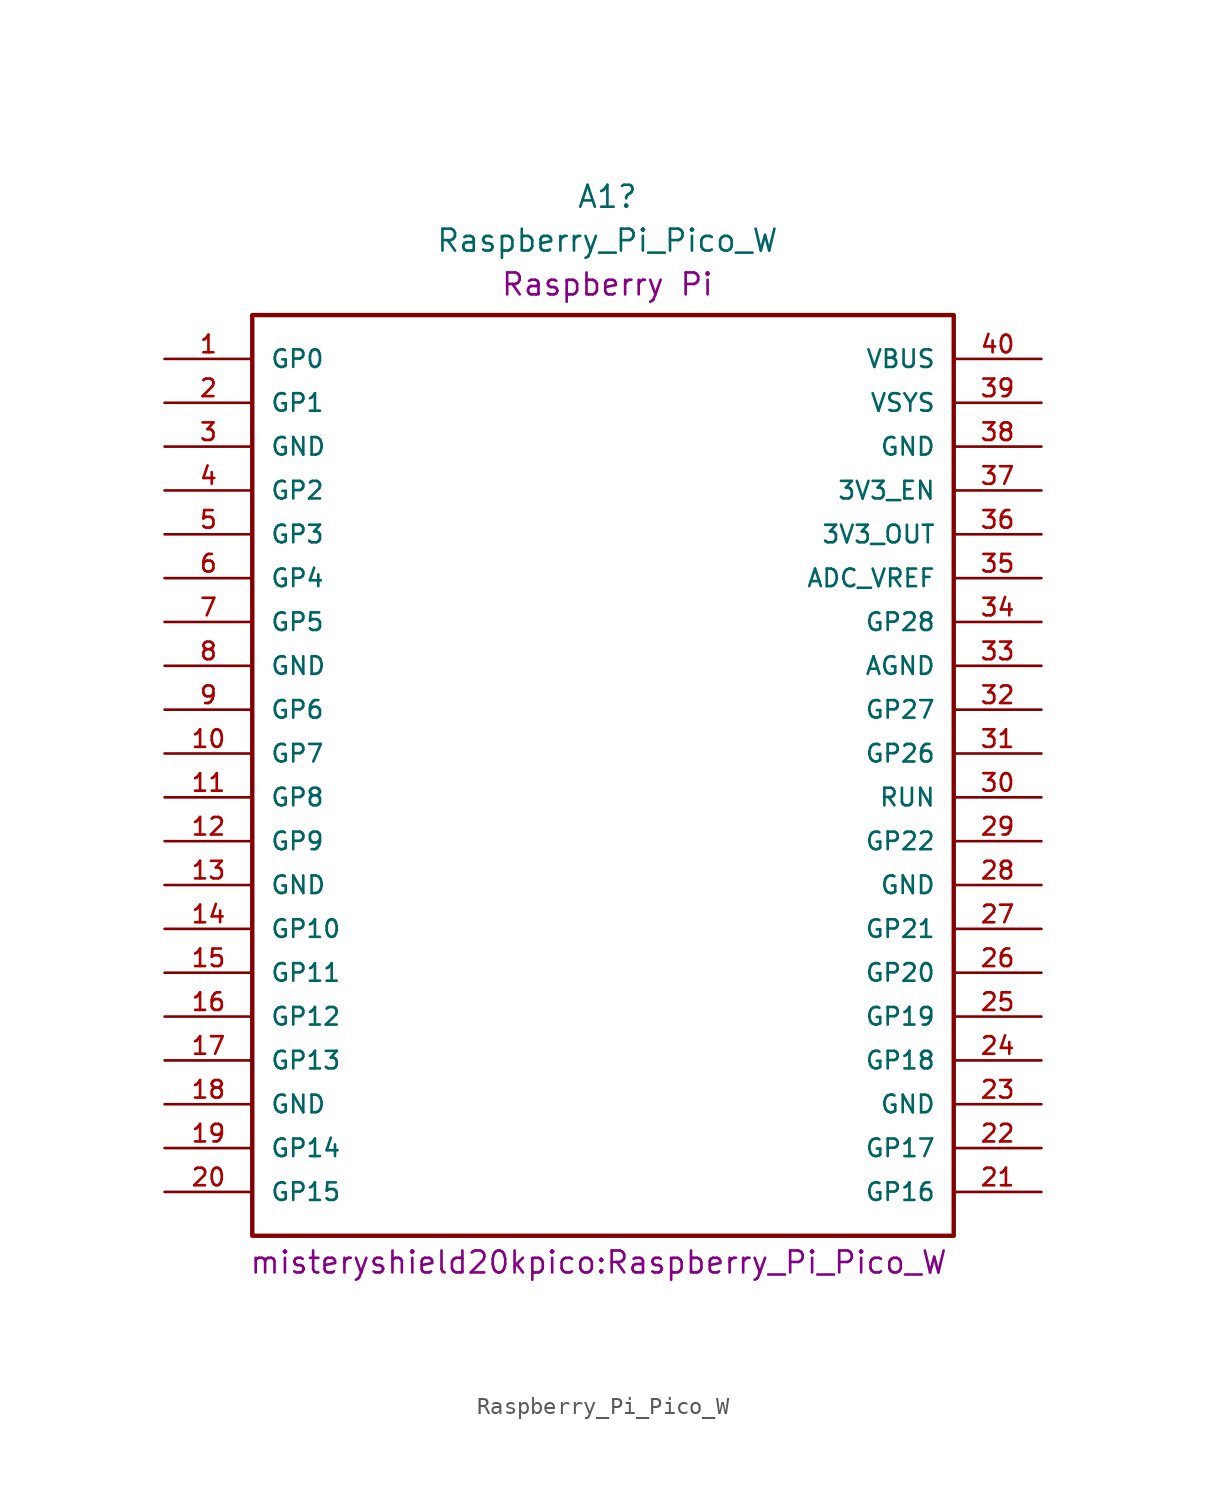
<source format=kicad_sym>
(kicad_symbol_lib
  (version 20241209)
  (generator "kicad_symbol_editor")
  (generator_version "9.0")
  (symbol "Raspberry_Pi_Pico_W"
    (pin_names
      (offset 1.016))
    (property "Reference" "A1"
      (at 1.524 32.258 0)
      (effects (font (size 1.27 1.27))))
    (property "Value" "Raspberry_Pi_Pico_W"
      (at 1.524 29.718 0)
      (effects (font (size 1.27 1.27))))
    (property "Footprint" "misteryshield20kpico:Raspberry_Pi_Pico_W"
      (at 1.016 -30.226 0)
      (effects (font (size 1.27 1.27)) (justify bottom)))
    (property "manufacturer" "Raspberry Pi"
      (at 1.524 27.178 0)
      (effects (font (size 1.27 1.27))))
    (symbol "Raspberry_Pi_Pico_W_0_0"
      (rectangle (start -19.05 25.4) (end 21.59 -27.94) (stroke (width 0.254) (type default)) (fill (type none)))
      (pin bidirectional line (at -24.13 22.86 0) (length 5.08) (name "GP0" (effects (font (size 1.016 1.016)))) (number "1" (effects (font (size 1.016 1.016)))))
      (pin bidirectional line (at -24.13 20.32 0) (length 5.08) (name "GP1" (effects (font (size 1.016 1.016)))) (number "2" (effects (font (size 1.016 1.016)))))
      (pin power_in line (at -24.13 17.78 0) (length 5.08) (name "GND" (effects (font (size 1.016 1.016)))) (number "3" (effects (font (size 1.016 1.016)))))
      (pin bidirectional line (at -24.13 15.24 0) (length 5.08) (name "GP2" (effects (font (size 1.016 1.016)))) (number "4" (effects (font (size 1.016 1.016)))))
      (pin bidirectional line (at -24.13 12.7 0) (length 5.08) (name "GP3" (effects (font (size 1.016 1.016)))) (number "5" (effects (font (size 1.016 1.016)))))
      (pin bidirectional line (at -24.13 10.16 0) (length 5.08) (name "GP4" (effects (font (size 1.016 1.016)))) (number "6" (effects (font (size 1.016 1.016)))))
      (pin bidirectional line (at -24.13 7.62 0) (length 5.08) (name "GP5" (effects (font (size 1.016 1.016)))) (number "7" (effects (font (size 1.016 1.016)))))
      (pin power_in line (at -24.13 5.08 0) (length 5.08) (name "GND" (effects (font (size 1.016 1.016)))) (number "8" (effects (font (size 1.016 1.016)))))
      (pin bidirectional line (at -24.13 2.54 0) (length 5.08) (name "GP6" (effects (font (size 1.016 1.016)))) (number "9" (effects (font (size 1.016 1.016)))))
      (pin bidirectional line (at -24.13 0 0) (length 5.08) (name "GP7" (effects (font (size 1.016 1.016)))) (number "10" (effects (font (size 1.016 1.016)))))
      (pin bidirectional line (at -24.13 -2.54 0) (length 5.08) (name "GP8" (effects (font (size 1.016 1.016)))) (number "11" (effects (font (size 1.016 1.016)))))
      (pin bidirectional line (at -24.13 -5.08 0) (length 5.08) (name "GP9" (effects (font (size 1.016 1.016)))) (number "12" (effects (font (size 1.016 1.016)))))
      (pin power_in line (at -24.13 -7.62 0) (length 5.08) (name "GND" (effects (font (size 1.016 1.016)))) (number "13" (effects (font (size 1.016 1.016)))))
      (pin bidirectional line (at -24.13 -10.16 0) (length 5.08) (name "GP10" (effects (font (size 1.016 1.016)))) (number "14" (effects (font (size 1.016 1.016)))))
      (pin bidirectional line (at -24.13 -12.7 0) (length 5.08) (name "GP11" (effects (font (size 1.016 1.016)))) (number "15" (effects (font (size 1.016 1.016)))))
      (pin bidirectional line (at -24.13 -15.24 0) (length 5.08) (name "GP12" (effects (font (size 1.016 1.016)))) (number "16" (effects (font (size 1.016 1.016)))))
      (pin bidirectional line (at -24.13 -17.78 0) (length 5.08) (name "GP13" (effects (font (size 1.016 1.016)))) (number "17" (effects (font (size 1.016 1.016)))))
      (pin power_in line (at -24.13 -20.32 0) (length 5.08) (name "GND" (effects (font (size 1.016 1.016)))) (number "18" (effects (font (size 1.016 1.016)))))
      (pin bidirectional line (at -24.13 -22.86 0) (length 5.08) (name "GP14" (effects (font (size 1.016 1.016)))) (number "19" (effects (font (size 1.016 1.016)))))
      (pin bidirectional line (at -24.13 -25.4 0) (length 5.08) (name "GP15" (effects (font (size 1.016 1.016)))) (number "20" (effects (font (size 1.016 1.016)))))
      (pin free line (at 26.67 22.86 180) (length 5.08) (name "VBUS" (effects (font (size 1.016 1.016)))) (number "40" (effects (font (size 1.016 1.016)))))
      (pin free line (at 26.67 20.32 180) (length 5.08) (name "VSYS" (effects (font (size 1.016 1.016)))) (number "39" (effects (font (size 1.016 1.016)))))
      (pin power_in line (at 26.67 17.78 180) (length 5.08) (name "GND" (effects (font (size 1.016 1.016)))) (number "38" (effects (font (size 1.016 1.016)))))
      (pin input line (at 26.67 15.24 180) (length 5.08) (name "3V3_EN" (effects (font (size 1.016 1.016)))) (number "37" (effects (font (size 1.016 1.016)))))
      (pin power_in line (at 26.67 12.7 180) (length 5.08) (name "3V3_OUT" (effects (font (size 1.016 1.016)))) (number "36" (effects (font (size 1.016 1.016)))))
      (pin power_in line (at 26.67 10.16 180) (length 5.08) (name "ADC_VREF" (effects (font (size 1.016 1.016)))) (number "35" (effects (font (size 1.016 1.016)))))
      (pin bidirectional line (at 26.67 7.62 180) (length 5.08) (name "GP28" (effects (font (size 1.016 1.016)))) (number "34" (effects (font (size 1.016 1.016)))))
      (pin power_in line (at 26.67 5.08 180) (length 5.08) (name "AGND" (effects (font (size 1.016 1.016)))) (number "33" (effects (font (size 1.016 1.016)))))
      (pin bidirectional line (at 26.67 2.54 180) (length 5.08) (name "GP27" (effects (font (size 1.016 1.016)))) (number "32" (effects (font (size 1.016 1.016)))))
      (pin bidirectional line (at 26.67 0 180) (length 5.08) (name "GP26" (effects (font (size 1.016 1.016)))) (number "31" (effects (font (size 1.016 1.016)))))
      (pin input line (at 26.67 -2.54 180) (length 5.08) (name "RUN" (effects (font (size 1.016 1.016)))) (number "30" (effects (font (size 1.016 1.016)))))
      (pin bidirectional line (at 26.67 -5.08 180) (length 5.08) (name "GP22" (effects (font (size 1.016 1.016)))) (number "29" (effects (font (size 1.016 1.016)))))
      (pin power_in line (at 26.67 -7.62 180) (length 5.08) (name "GND" (effects (font (size 1.016 1.016)))) (number "28" (effects (font (size 1.016 1.016)))))
      (pin bidirectional line (at 26.67 -10.16 180) (length 5.08) (name "GP21" (effects (font (size 1.016 1.016)))) (number "27" (effects (font (size 1.016 1.016)))))
      (pin bidirectional line (at 26.67 -12.7 180) (length 5.08) (name "GP20" (effects (font (size 1.016 1.016)))) (number "26" (effects (font (size 1.016 1.016)))))
      (pin bidirectional line (at 26.67 -15.24 180) (length 5.08) (name "GP19" (effects (font (size 1.016 1.016)))) (number "25" (effects (font (size 1.016 1.016)))))
      (pin bidirectional line (at 26.67 -17.78 180) (length 5.08) (name "GP18" (effects (font (size 1.016 1.016)))) (number "24" (effects (font (size 1.016 1.016)))))
      (pin power_in line (at 26.67 -20.32 180) (length 5.08) (name "GND" (effects (font (size 1.016 1.016)))) (number "23" (effects (font (size 1.016 1.016)))))
      (pin bidirectional line (at 26.67 -22.86 180) (length 5.08) (name "GP17" (effects (font (size 1.016 1.016)))) (number "22" (effects (font (size 1.016 1.016)))))
      (pin bidirectional line (at 26.67 -25.4 180) (length 5.08) (name "GP16" (effects (font (size 1.016 1.016)))) (number "21" (effects (font (size 1.016 1.016))))))))
</source>
